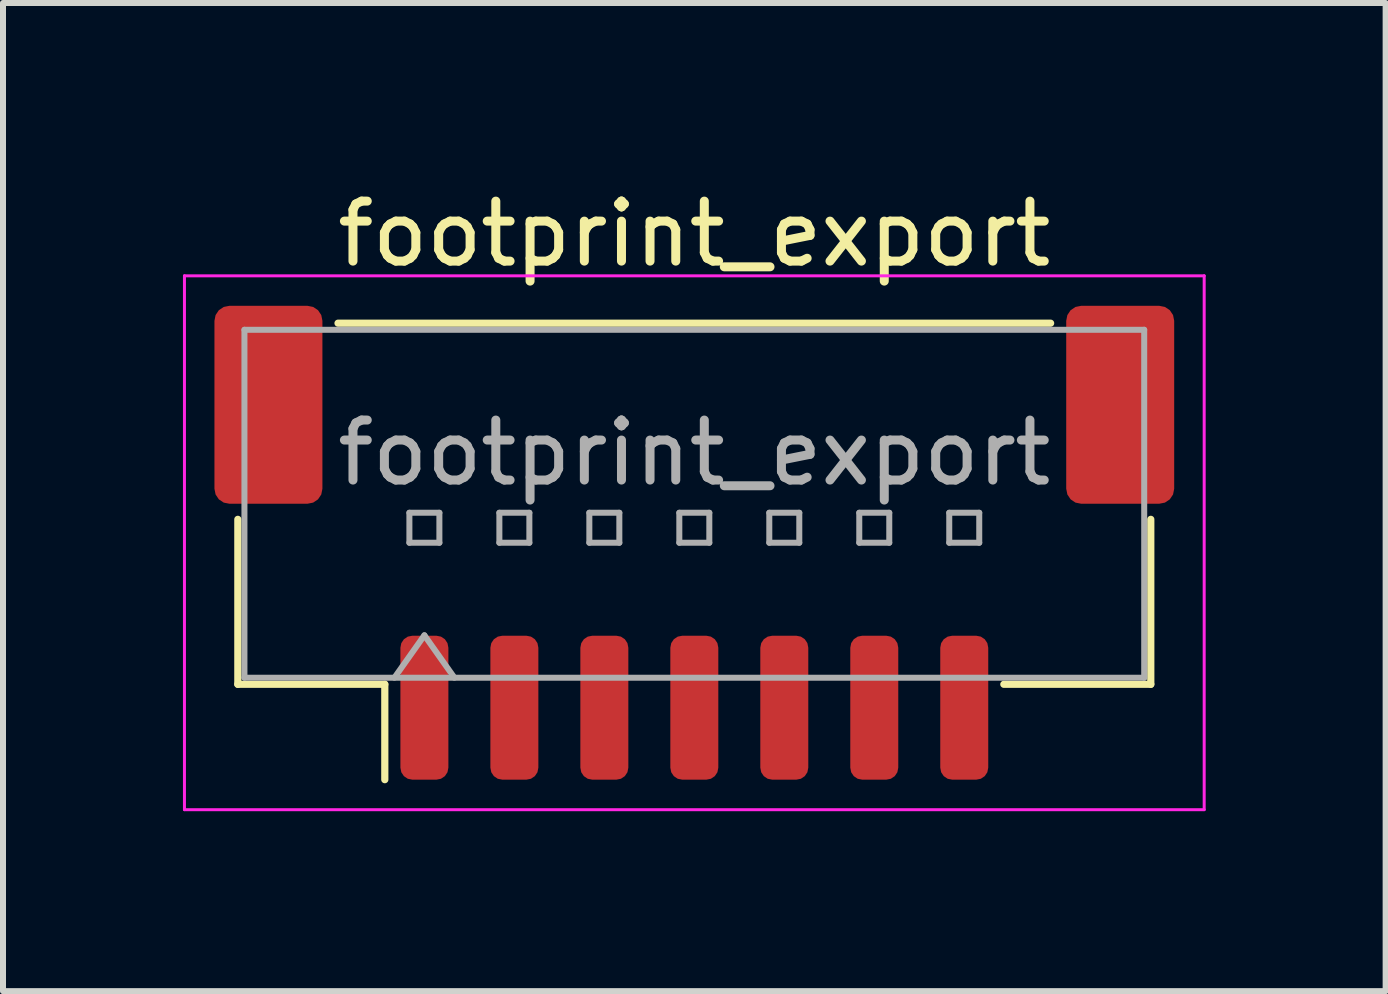
<source format=kicad_pcb>
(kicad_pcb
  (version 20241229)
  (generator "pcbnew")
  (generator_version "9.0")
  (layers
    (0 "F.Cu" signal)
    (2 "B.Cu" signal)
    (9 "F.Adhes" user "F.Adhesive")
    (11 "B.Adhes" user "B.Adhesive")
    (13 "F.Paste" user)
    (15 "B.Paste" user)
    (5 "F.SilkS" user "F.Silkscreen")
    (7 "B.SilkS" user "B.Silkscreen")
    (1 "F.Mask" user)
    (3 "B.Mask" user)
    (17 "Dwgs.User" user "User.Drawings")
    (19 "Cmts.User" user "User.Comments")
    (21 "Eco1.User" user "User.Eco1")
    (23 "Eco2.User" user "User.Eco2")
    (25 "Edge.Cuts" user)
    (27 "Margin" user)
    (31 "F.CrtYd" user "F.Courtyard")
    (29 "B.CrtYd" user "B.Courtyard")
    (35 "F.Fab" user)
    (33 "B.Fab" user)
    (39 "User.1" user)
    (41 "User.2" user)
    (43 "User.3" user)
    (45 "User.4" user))
  (footprint "footprint_export"
    (layer "F.Cu")
    (at 8.525 5.998)
    (property "Reference" "footprint_export" (at 0 -5.15 0) (layer "F.SilkS") (effects (font (size 1 1) (thickness 0.15))))
    (attr smd)
    (fp_line (start -7.61 -0.39) (end -7.61 2.36) (stroke (width 0.12) (type solid)) (layer "F.SilkS"))
    (fp_line (start -7.61 2.36) (end -5.16 2.36) (stroke (width 0.12) (type solid)) (layer "F.SilkS"))
    (fp_line (start -5.94 -3.66) (end 5.94 -3.66) (stroke (width 0.12) (type solid)) (layer "F.SilkS"))
    (fp_line (start -5.16 2.36) (end -5.16 3.95) (stroke (width 0.12) (type solid)) (layer "F.SilkS"))
    (fp_line (start 7.61 -0.39) (end 7.61 2.36) (stroke (width 0.12) (type solid)) (layer "F.SilkS"))
    (fp_line (start 7.61 2.36) (end 5.16 2.36) (stroke (width 0.12) (type solid)) (layer "F.SilkS"))
    (fp_line (start -8.5 -4.45) (end -8.5 4.45) (stroke (width 0.05) (type solid)) (layer "F.CrtYd"))
    (fp_line (start -8.5 4.45) (end 8.5 4.45) (stroke (width 0.05) (type solid)) (layer "F.CrtYd"))
    (fp_line (start 8.5 -4.45) (end -8.5 -4.45) (stroke (width 0.05) (type solid)) (layer "F.CrtYd"))
    (fp_line (start 8.5 4.45) (end 8.5 -4.45) (stroke (width 0.05) (type solid)) (layer "F.CrtYd"))
    (fp_line (start -7.5 -3.55) (end 7.5 -3.55) (stroke (width 0.1) (type solid)) (layer "F.Fab"))
    (fp_line (start -7.5 2.25) (end -7.5 -3.55) (stroke (width 0.1) (type solid)) (layer "F.Fab"))
    (fp_line (start -7.5 2.25) (end 7.5 2.25) (stroke (width 0.1) (type solid)) (layer "F.Fab"))
    (fp_line (start -5 2.25) (end -4.5 1.543) (stroke (width 0.1) (type solid)) (layer "F.Fab"))
    (fp_line (start -4.75 -0.5) (end -4.75 0) (stroke (width 0.1) (type solid)) (layer "F.Fab"))
    (fp_line (start -4.75 0) (end -4.25 0) (stroke (width 0.1) (type solid)) (layer "F.Fab"))
    (fp_line (start -4.5 1.543) (end -4 2.25) (stroke (width 0.1) (type solid)) (layer "F.Fab"))
    (fp_line (start -4.25 -0.5) (end -4.75 -0.5) (stroke (width 0.1) (type solid)) (layer "F.Fab"))
    (fp_line (start -4.25 0) (end -4.25 -0.5) (stroke (width 0.1) (type solid)) (layer "F.Fab"))
    (fp_line (start -3.25 -0.5) (end -3.25 0) (stroke (width 0.1) (type solid)) (layer "F.Fab"))
    (fp_line (start -3.25 0) (end -2.75 0) (stroke (width 0.1) (type solid)) (layer "F.Fab"))
    (fp_line (start -2.75 -0.5) (end -3.25 -0.5) (stroke (width 0.1) (type solid)) (layer "F.Fab"))
    (fp_line (start -2.75 0) (end -2.75 -0.5) (stroke (width 0.1) (type solid)) (layer "F.Fab"))
    (fp_line (start -1.75 -0.5) (end -1.75 0) (stroke (width 0.1) (type solid)) (layer "F.Fab"))
    (fp_line (start -1.75 0) (end -1.25 0) (stroke (width 0.1) (type solid)) (layer "F.Fab"))
    (fp_line (start -1.25 -0.5) (end -1.75 -0.5) (stroke (width 0.1) (type solid)) (layer "F.Fab"))
    (fp_line (start -1.25 0) (end -1.25 -0.5) (stroke (width 0.1) (type solid)) (layer "F.Fab"))
    (fp_line (start -0.25 -0.5) (end -0.25 0) (stroke (width 0.1) (type solid)) (layer "F.Fab"))
    (fp_line (start -0.25 0) (end 0.25 0) (stroke (width 0.1) (type solid)) (layer "F.Fab"))
    (fp_line (start 0.25 -0.5) (end -0.25 -0.5) (stroke (width 0.1) (type solid)) (layer "F.Fab"))
    (fp_line (start 0.25 0) (end 0.25 -0.5) (stroke (width 0.1) (type solid)) (layer "F.Fab"))
    (fp_line (start 1.25 -0.5) (end 1.25 0) (stroke (width 0.1) (type solid)) (layer "F.Fab"))
    (fp_line (start 1.25 0) (end 1.75 0) (stroke (width 0.1) (type solid)) (layer "F.Fab"))
    (fp_line (start 1.75 -0.5) (end 1.25 -0.5) (stroke (width 0.1) (type solid)) (layer "F.Fab"))
    (fp_line (start 1.75 0) (end 1.75 -0.5) (stroke (width 0.1) (type solid)) (layer "F.Fab"))
    (fp_line (start 2.75 -0.5) (end 2.75 0) (stroke (width 0.1) (type solid)) (layer "F.Fab"))
    (fp_line (start 2.75 0) (end 3.25 0) (stroke (width 0.1) (type solid)) (layer "F.Fab"))
    (fp_line (start 3.25 -0.5) (end 2.75 -0.5) (stroke (width 0.1) (type solid)) (layer "F.Fab"))
    (fp_line (start 3.25 0) (end 3.25 -0.5) (stroke (width 0.1) (type solid)) (layer "F.Fab"))
    (fp_line (start 4.25 -0.5) (end 4.25 0) (stroke (width 0.1) (type solid)) (layer "F.Fab"))
    (fp_line (start 4.25 0) (end 4.75 0) (stroke (width 0.1) (type solid)) (layer "F.Fab"))
    (fp_line (start 4.75 -0.5) (end 4.25 -0.5) (stroke (width 0.1) (type solid)) (layer "F.Fab"))
    (fp_line (start 4.75 0) (end 4.75 -0.5) (stroke (width 0.1) (type solid)) (layer "F.Fab"))
    (fp_line (start 7.5 2.25) (end 7.5 -3.55) (stroke (width 0.1) (type solid)) (layer "F.Fab"))
    (fp_text user "${REFERENCE}" (at 0 -1.5 0) (layer "F.Fab") (effects (font (size 1 1) (thickness 0.15))))
    (pad "1" smd roundrect (at -4.5 2.75) (size 0.8 2.4) (layers "F.Cu" "F.Mask" "F.Paste") (roundrect_rratio 0.25))
    (pad "2" smd roundrect (at -3 2.75) (size 0.8 2.4) (layers "F.Cu" "F.Mask" "F.Paste") (roundrect_rratio 0.25))
    (pad "3" smd roundrect (at -1.5 2.75) (size 0.8 2.4) (layers "F.Cu" "F.Mask" "F.Paste") (roundrect_rratio 0.25))
    (pad "4" smd roundrect (at 0 2.75) (size 0.8 2.4) (layers "F.Cu" "F.Mask" "F.Paste") (roundrect_rratio 0.25))
    (pad "5" smd roundrect (at 1.5 2.75) (size 0.8 2.4) (layers "F.Cu" "F.Mask" "F.Paste") (roundrect_rratio 0.25))
    (pad "6" smd roundrect (at 3 2.75) (size 0.8 2.4) (layers "F.Cu" "F.Mask" "F.Paste") (roundrect_rratio 0.25))
    (pad "7" smd roundrect (at 4.5 2.75) (size 0.8 2.4) (layers "F.Cu" "F.Mask" "F.Paste") (roundrect_rratio 0.25))
    (pad "MP" smd roundrect (at -7.1 -2.3) (size 1.8 3.3) (layers "F.Cu" "F.Mask" "F.Paste") (roundrect_rratio 0.139))
    (pad "MP" smd roundrect (at 7.1 -2.3) (size 1.8 3.3) (layers "F.Cu" "F.Mask" "F.Paste") (roundrect_rratio 0.139)))
  (gr_rect
    (start -3 -3)
    (end 20.05 13.473)
    (stroke (width 0.1) (type default))
    (fill no)
    (layer "Edge.Cuts")))
</source>
